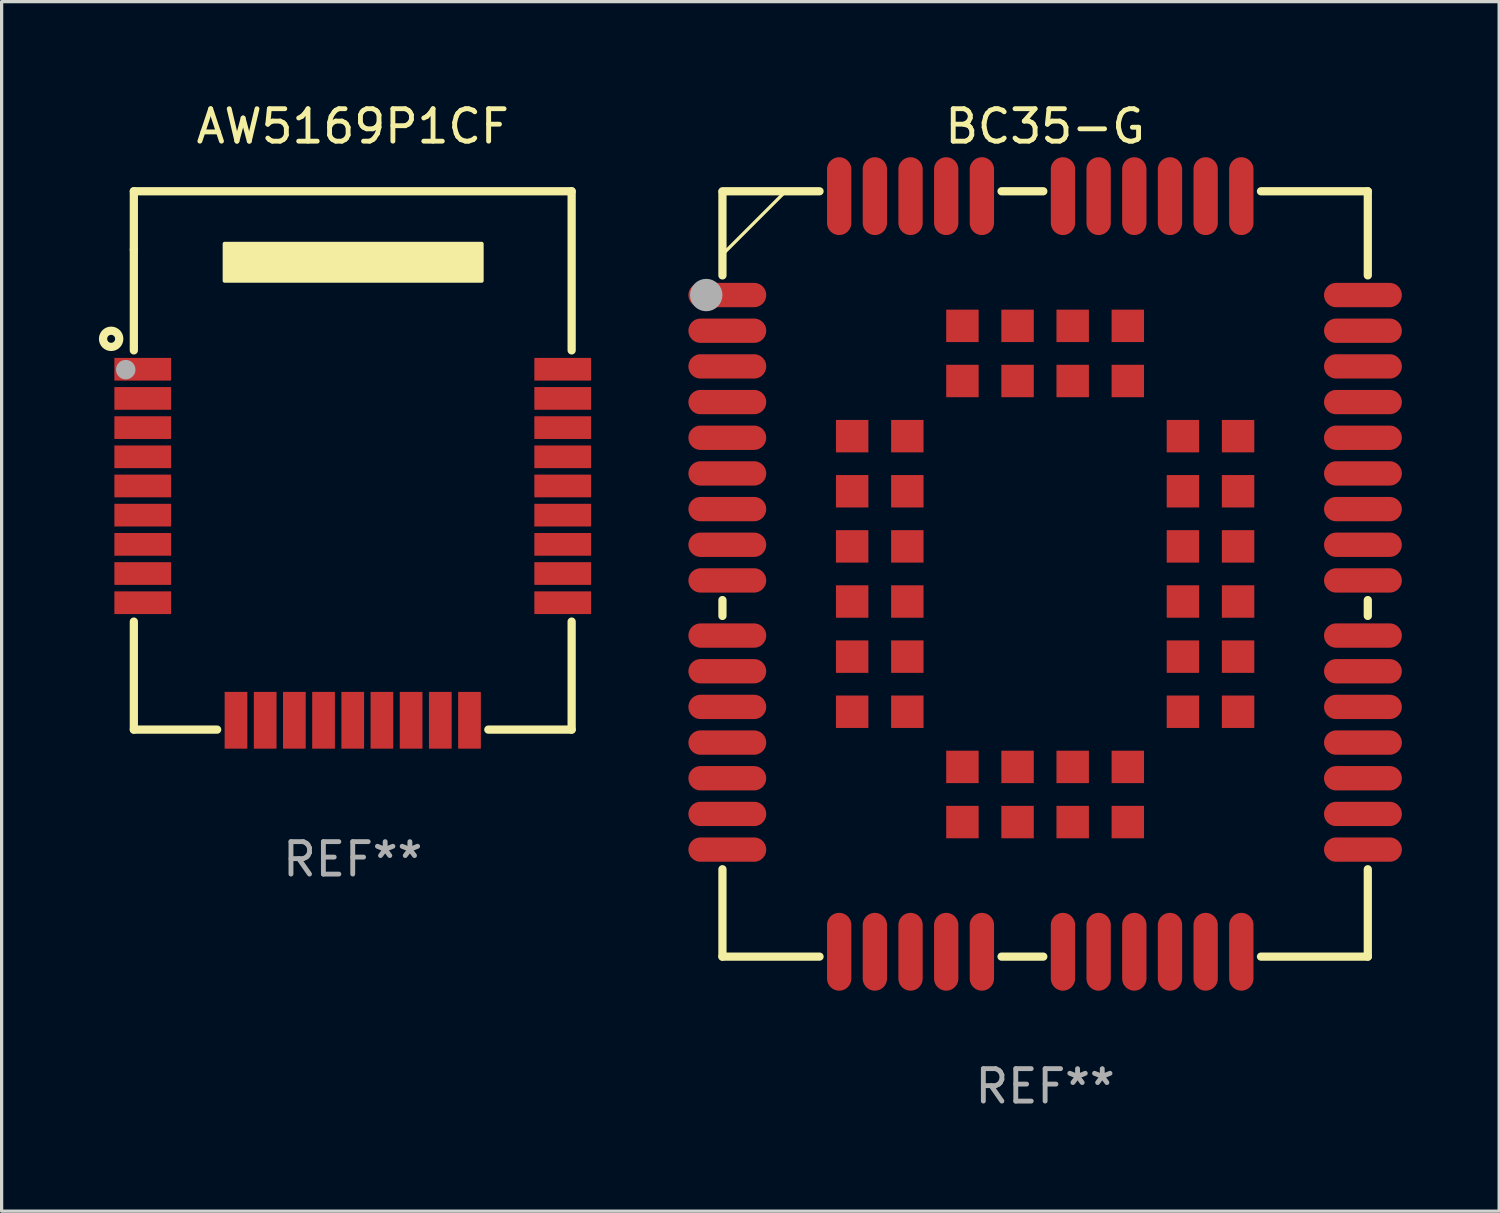
<source format=kicad_pcb>
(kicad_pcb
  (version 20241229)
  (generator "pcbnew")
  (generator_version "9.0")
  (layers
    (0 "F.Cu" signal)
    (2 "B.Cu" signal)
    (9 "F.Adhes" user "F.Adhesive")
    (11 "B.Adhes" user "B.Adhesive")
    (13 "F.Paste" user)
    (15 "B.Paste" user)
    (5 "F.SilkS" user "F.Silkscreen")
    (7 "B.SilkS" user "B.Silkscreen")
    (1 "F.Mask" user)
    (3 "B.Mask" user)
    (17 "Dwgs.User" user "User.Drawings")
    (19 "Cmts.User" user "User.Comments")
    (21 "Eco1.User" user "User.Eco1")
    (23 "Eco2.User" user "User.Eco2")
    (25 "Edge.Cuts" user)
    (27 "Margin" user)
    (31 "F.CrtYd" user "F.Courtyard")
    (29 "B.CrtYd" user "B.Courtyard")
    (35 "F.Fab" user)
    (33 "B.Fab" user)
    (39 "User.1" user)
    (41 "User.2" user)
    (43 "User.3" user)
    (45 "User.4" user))
  (footprint "AW5169P1CF"
    (layer "F.Cu")
    (at 7.827 11.148)
    (property "Reference" "AW5169P1CF" (at 0 -10.3 0) (layer "F.SilkS") (effects (font (size 1 1) (thickness 0.15))))
    (attr through_hole)
    (fp_line (start -6.75 -8.3) (end 6.75 -8.3) (stroke (width 0.254) (type solid)) (layer "F.SilkS"))
    (fp_line (start -6.75 -6.5) (end -6.75 -8.3) (stroke (width 0.254) (type solid)) (layer "F.SilkS"))
    (fp_line (start -6.75 -6.5) (end -6.75 -3.394) (stroke (width 0.254) (type solid)) (layer "F.SilkS"))
    (fp_line (start -6.75 4.969) (end -6.75 8.3) (stroke (width 0.254) (type solid)) (layer "F.SilkS"))
    (fp_line (start -4.181 8.3) (end -6.75 8.3) (stroke (width 0.254) (type solid)) (layer "F.SilkS"))
    (fp_line (start 6.75 -8.3) (end 6.75 -3.394) (stroke (width 0.254) (type solid)) (layer "F.SilkS"))
    (fp_line (start 6.75 4.969) (end 6.75 8.3) (stroke (width 0.254) (type solid)) (layer "F.SilkS"))
    (fp_line (start 6.75 8.3) (end 4.181 8.3) (stroke (width 0.254) (type solid)) (layer "F.SilkS"))
    (fp_circle (center -7.45 -3.75) (end -7.2 -3.75) (stroke (width 0.254) (type solid)) (fill no) (layer "F.SilkS"))
    (fp_circle (center -6.75 -8.313) (end -6.72 -8.313) (stroke (width 0.06) (type solid)) (fill no) (layer "F.SilkS"))
    (fp_circle (center -3.25 -6.1) (end -2.981 -6.1) (stroke (width 0.254) (type solid)) (fill no) (layer "F.SilkS"))
    (fp_poly (pts (xy -3.951 -6.682) (xy 3.977 -6.682) (xy 3.977 -5.539) (xy -3.951 -5.539)) (stroke (width 0.12) (type solid)) (fill yes) (layer "F.SilkS"))
    (fp_circle (center -7 -2.8) (end -6.85 -2.8) (stroke (width 0.3) (type solid)) (fill no) (layer "F.Fab"))
    (fp_text user "REF**" (at 0 12.3 0) (layer "F.Fab") (effects (font (size 1 1) (thickness 0.15))))
    (pad "1" smd rect (at -6.475 -2.812) (size 1.75 0.7) (layers "F.Cu" "F.Mask" "F.Paste"))
    (pad "2" smd rect (at -6.475 -1.913) (size 1.75 0.7) (layers "F.Cu" "F.Mask" "F.Paste"))
    (pad "3" smd rect (at -6.475 -1.012) (size 1.75 0.7) (layers "F.Cu" "F.Mask" "F.Paste"))
    (pad "4" smd rect (at -6.475 -0.112) (size 1.75 0.7) (layers "F.Cu" "F.Mask" "F.Paste"))
    (pad "5" smd rect (at -6.475 0.787) (size 1.75 0.7) (layers "F.Cu" "F.Mask" "F.Paste"))
    (pad "6" smd rect (at -6.475 1.687) (size 1.75 0.7) (layers "F.Cu" "F.Mask" "F.Paste"))
    (pad "7" smd rect (at -6.475 2.588) (size 1.75 0.7) (layers "F.Cu" "F.Mask" "F.Paste"))
    (pad "8" smd rect (at -6.475 3.487) (size 1.75 0.7) (layers "F.Cu" "F.Mask" "F.Paste"))
    (pad "9" smd rect (at -6.475 4.387) (size 1.75 0.7) (layers "F.Cu" "F.Mask" "F.Paste"))
    (pad "10" smd rect (at -3.6 8.012 90) (size 1.75 0.7) (layers "F.Cu" "F.Mask" "F.Paste"))
    (pad "11" smd rect (at -2.7 8.012 90) (size 1.75 0.7) (layers "F.Cu" "F.Mask" "F.Paste"))
    (pad "12" smd rect (at -1.8 8.012 90) (size 1.75 0.7) (layers "F.Cu" "F.Mask" "F.Paste"))
    (pad "13" smd rect (at -0.9 8.012 90) (size 1.75 0.7) (layers "F.Cu" "F.Mask" "F.Paste"))
    (pad "14" smd rect (at 0 8.012 90) (size 1.75 0.7) (layers "F.Cu" "F.Mask" "F.Paste"))
    (pad "15" smd rect (at 0.9 8.012 90) (size 1.75 0.7) (layers "F.Cu" "F.Mask" "F.Paste"))
    (pad "16" smd rect (at 1.8 8.012 90) (size 1.75 0.7) (layers "F.Cu" "F.Mask" "F.Paste"))
    (pad "17" smd rect (at 2.7 8.012 90) (size 1.75 0.7) (layers "F.Cu" "F.Mask" "F.Paste"))
    (pad "18" smd rect (at 3.6 8.012 90) (size 1.75 0.7) (layers "F.Cu" "F.Mask" "F.Paste"))
    (pad "19" smd rect (at 6.475 4.387 180) (size 1.75 0.7) (layers "F.Cu" "F.Mask" "F.Paste"))
    (pad "20" smd rect (at 6.475 3.487 180) (size 1.75 0.7) (layers "F.Cu" "F.Mask" "F.Paste"))
    (pad "21" smd rect (at 6.475 2.588 180) (size 1.75 0.7) (layers "F.Cu" "F.Mask" "F.Paste"))
    (pad "22" smd rect (at 6.475 1.687 180) (size 1.75 0.7) (layers "F.Cu" "F.Mask" "F.Paste"))
    (pad "23" smd rect (at 6.475 0.787 180) (size 1.75 0.7) (layers "F.Cu" "F.Mask" "F.Paste"))
    (pad "24" smd rect (at 6.475 -0.112 180) (size 1.75 0.7) (layers "F.Cu" "F.Mask" "F.Paste"))
    (pad "25" smd rect (at 6.475 -1.012 180) (size 1.75 0.7) (layers "F.Cu" "F.Mask" "F.Paste"))
    (pad "26" smd rect (at 6.475 -1.913 180) (size 1.75 0.7) (layers "F.Cu" "F.Mask" "F.Paste"))
    (pad "27" smd rect (at 6.475 -2.812 180) (size 1.75 0.7) (layers "F.Cu" "F.Mask" "F.Paste")))
  (footprint "BC35-G"
    (layer "F.Cu")
    (at 29.177 14.648)
    (property "Reference" "BC35-G" (at 0 -13.8 0) (layer "F.SilkS") (effects (font (size 1 1) (thickness 0.15))))
    (attr through_hole)
    (fp_line (start -9.95 -9.206) (end -9.95 -11.775) (stroke (width 0.254) (type solid)) (layer "F.SilkS"))
    (fp_line (start -9.95 1.294) (end -9.95 0.806) (stroke (width 0.254) (type solid)) (layer "F.SilkS"))
    (fp_line (start -9.95 11.8) (end -9.95 9.106) (stroke (width 0.254) (type solid)) (layer "F.SilkS"))
    (fp_line (start -9.95 -11.775) (end -8.026 -11.775) (stroke (width 0.1) (type solid)) (layer "F.SilkS"))
    (fp_line (start -9.95 -9.851) (end -8.001 -11.8) (stroke (width 0.1) (type solid)) (layer "F.SilkS"))
    (fp_line (start -9.95 -9.85) (end -9.95 -11.775) (stroke (width 0.1) (type solid)) (layer "F.SilkS"))
    (fp_line (start -6.956 -11.8) (end -9.95 -11.8) (stroke (width 0.254) (type solid)) (layer "F.SilkS"))
    (fp_line (start -6.956 11.8) (end -9.95 11.8) (stroke (width 0.254) (type solid)) (layer "F.SilkS"))
    (fp_line (start -0.056 -11.8) (end -1.344 -11.8) (stroke (width 0.254) (type solid)) (layer "F.SilkS"))
    (fp_line (start -0.056 11.8) (end -1.344 11.8) (stroke (width 0.254) (type solid)) (layer "F.SilkS"))
    (fp_line (start 9.95 -11.8) (end 6.656 -11.8) (stroke (width 0.254) (type solid)) (layer "F.SilkS"))
    (fp_line (start 9.95 -11.8) (end 9.95 -9.206) (stroke (width 0.254) (type solid)) (layer "F.SilkS"))
    (fp_line (start 9.95 0.806) (end 9.95 1.294) (stroke (width 0.254) (type solid)) (layer "F.SilkS"))
    (fp_line (start 9.95 9.106) (end 9.95 11.8) (stroke (width 0.254) (type solid)) (layer "F.SilkS"))
    (fp_line (start 9.95 11.8) (end 6.656 11.8) (stroke (width 0.254) (type solid)) (layer "F.SilkS"))
    (fp_circle (center -9.95 -11.8) (end -9.92 -11.8) (stroke (width 0.06) (type solid)) (fill no) (layer "F.SilkS"))
    (fp_circle (center -10.45 -8.6) (end -10.2 -8.6) (stroke (width 0.5) (type solid)) (fill no) (layer "F.Fab"))
    (fp_text user "REF**" (at 0 15.8 0) (layer "F.Fab") (effects (font (size 1 1) (thickness 0.15))))
    (pad "1" smd oval (at -9.8 -8.6) (size 2.4 0.75) (layers "F.Cu" "F.Mask" "F.Paste"))
    (pad "2" smd oval (at -9.8 -7.5) (size 2.4 0.75) (layers "F.Cu" "F.Mask" "F.Paste"))
    (pad "3" smd oval (at -9.8 -6.4) (size 2.4 0.75) (layers "F.Cu" "F.Mask" "F.Paste"))
    (pad "4" smd oval (at -9.8 -5.3) (size 2.4 0.75) (layers "F.Cu" "F.Mask" "F.Paste"))
    (pad "5" smd oval (at -9.8 -4.2) (size 2.4 0.75) (layers "F.Cu" "F.Mask" "F.Paste"))
    (pad "6" smd oval (at -9.8 -3.1) (size 2.4 0.75) (layers "F.Cu" "F.Mask" "F.Paste"))
    (pad "7" smd oval (at -9.8 -2) (size 2.4 0.75) (layers "F.Cu" "F.Mask" "F.Paste"))
    (pad "8" smd oval (at -9.8 -0.9) (size 2.4 0.75) (layers "F.Cu" "F.Mask" "F.Paste"))
    (pad "9" smd oval (at -9.8 0.2) (size 2.4 0.75) (layers "F.Cu" "F.Mask" "F.Paste"))
    (pad "10" smd oval (at -9.8 1.9) (size 2.4 0.75) (layers "F.Cu" "F.Mask" "F.Paste"))
    (pad "11" smd oval (at -9.8 3) (size 2.4 0.75) (layers "F.Cu" "F.Mask" "F.Paste"))
    (pad "12" smd oval (at -9.8 4.1) (size 2.4 0.75) (layers "F.Cu" "F.Mask" "F.Paste"))
    (pad "13" smd oval (at -9.8 5.2) (size 2.4 0.75) (layers "F.Cu" "F.Mask" "F.Paste"))
    (pad "14" smd oval (at -9.8 6.3) (size 2.4 0.75) (layers "F.Cu" "F.Mask" "F.Paste"))
    (pad "15" smd oval (at -9.8 7.4) (size 2.4 0.75) (layers "F.Cu" "F.Mask" "F.Paste"))
    (pad "16" smd oval (at -9.8 8.5) (size 2.4 0.75) (layers "F.Cu" "F.Mask" "F.Paste"))
    (pad "17" smd oval (at -6.35 11.65 90) (size 2.4 0.75) (layers "F.Cu" "F.Mask" "F.Paste"))
    (pad "18" smd oval (at -5.25 11.65 90) (size 2.4 0.75) (layers "F.Cu" "F.Mask" "F.Paste"))
    (pad "19" smd oval (at -4.15 11.65 90) (size 2.4 0.75) (layers "F.Cu" "F.Mask" "F.Paste"))
    (pad "20" smd oval (at -3.05 11.65 90) (size 2.4 0.75) (layers "F.Cu" "F.Mask" "F.Paste"))
    (pad "21" smd oval (at -1.95 11.65 90) (size 2.4 0.75) (layers "F.Cu" "F.Mask" "F.Paste"))
    (pad "22" smd oval (at 0.55 11.65 90) (size 2.4 0.75) (layers "F.Cu" "F.Mask" "F.Paste"))
    (pad "23" smd oval (at 1.65 11.65 90) (size 2.4 0.75) (layers "F.Cu" "F.Mask" "F.Paste"))
    (pad "24" smd oval (at 2.75 11.65 90) (size 2.4 0.75) (layers "F.Cu" "F.Mask" "F.Paste"))
    (pad "25" smd oval (at 3.85 11.65 90) (size 2.4 0.75) (layers "F.Cu" "F.Mask" "F.Paste"))
    (pad "26" smd oval (at 4.95 11.65 90) (size 2.4 0.75) (layers "F.Cu" "F.Mask" "F.Paste"))
    (pad "27" smd oval (at 6.05 11.65 90) (size 2.4 0.75) (layers "F.Cu" "F.Mask" "F.Paste"))
    (pad "28" smd oval (at 9.8 8.5) (size 2.4 0.75) (layers "F.Cu" "F.Mask" "F.Paste"))
    (pad "29" smd oval (at 9.8 7.4) (size 2.4 0.75) (layers "F.Cu" "F.Mask" "F.Paste"))
    (pad "30" smd oval (at 9.8 6.3) (size 2.4 0.75) (layers "F.Cu" "F.Mask" "F.Paste"))
    (pad "31" smd oval (at 9.8 5.2) (size 2.4 0.75) (layers "F.Cu" "F.Mask" "F.Paste"))
    (pad "32" smd oval (at 9.8 4.1) (size 2.4 0.75) (layers "F.Cu" "F.Mask" "F.Paste"))
    (pad "33" smd oval (at 9.8 3) (size 2.4 0.75) (layers "F.Cu" "F.Mask" "F.Paste"))
    (pad "34" smd oval (at 9.8 1.9) (size 2.4 0.75) (layers "F.Cu" "F.Mask" "F.Paste"))
    (pad "35" smd oval (at 9.8 0.2) (size 2.4 0.75) (layers "F.Cu" "F.Mask" "F.Paste"))
    (pad "36" smd oval (at 9.8 -0.9) (size 2.4 0.75) (layers "F.Cu" "F.Mask" "F.Paste"))
    (pad "37" smd oval (at 9.8 -2) (size 2.4 0.75) (layers "F.Cu" "F.Mask" "F.Paste"))
    (pad "38" smd oval (at 9.8 -3.1) (size 2.4 0.75) (layers "F.Cu" "F.Mask" "F.Paste"))
    (pad "39" smd oval (at 9.8 -4.2) (size 2.4 0.75) (layers "F.Cu" "F.Mask" "F.Paste"))
    (pad "40" smd oval (at 9.8 -5.3) (size 2.4 0.75) (layers "F.Cu" "F.Mask" "F.Paste"))
    (pad "41" smd oval (at 9.8 -6.4) (size 2.4 0.75) (layers "F.Cu" "F.Mask" "F.Paste"))
    (pad "42" smd oval (at 9.8 -7.5) (size 2.4 0.75) (layers "F.Cu" "F.Mask" "F.Paste"))
    (pad "43" smd oval (at 9.8 -8.6) (size 2.4 0.75) (layers "F.Cu" "F.Mask" "F.Paste"))
    (pad "44" smd oval (at 6.05 -11.65 90) (size 2.4 0.75) (layers "F.Cu" "F.Mask" "F.Paste"))
    (pad "45" smd oval (at 4.95 -11.65 90) (size 2.4 0.75) (layers "F.Cu" "F.Mask" "F.Paste"))
    (pad "46" smd oval (at 3.85 -11.65 90) (size 2.4 0.75) (layers "F.Cu" "F.Mask" "F.Paste"))
    (pad "47" smd oval (at 2.75 -11.65 90) (size 2.4 0.75) (layers "F.Cu" "F.Mask" "F.Paste"))
    (pad "48" smd oval (at 1.65 -11.65 90) (size 2.4 0.75) (layers "F.Cu" "F.Mask" "F.Paste"))
    (pad "49" smd oval (at 0.55 -11.65 90) (size 2.4 0.75) (layers "F.Cu" "F.Mask" "F.Paste"))
    (pad "50" smd oval (at -1.95 -11.65 90) (size 2.4 0.75) (layers "F.Cu" "F.Mask" "F.Paste"))
    (pad "51" smd oval (at -3.05 -11.65 90) (size 2.4 0.75) (layers "F.Cu" "F.Mask" "F.Paste"))
    (pad "52" smd oval (at -4.15 -11.65 90) (size 2.4 0.75) (layers "F.Cu" "F.Mask" "F.Paste"))
    (pad "53" smd oval (at -5.25 -11.65 90) (size 2.4 0.75) (layers "F.Cu" "F.Mask" "F.Paste"))
    (pad "54" smd oval (at -6.35 -11.65 90) (size 2.4 0.75) (layers "F.Cu" "F.Mask" "F.Paste"))
    (pad "55" smd rect (at -5.95 -4.249) (size 1 1) (layers "F.Cu" "F.Mask" "F.Paste"))
    (pad "56" smd rect (at -5.95 -2.55) (size 1 1) (layers "F.Cu" "F.Mask" "F.Paste"))
    (pad "57" smd rect (at -5.95 -0.85) (size 1 1) (layers "F.Cu" "F.Mask" "F.Paste"))
    (pad "58" smd rect (at -5.95 0.85) (size 1 1) (layers "F.Cu" "F.Mask" "F.Paste"))
    (pad "59" smd rect (at -5.95 2.55) (size 1 1) (layers "F.Cu" "F.Mask" "F.Paste"))
    (pad "60" smd rect (at -5.95 4.249) (size 1 1) (layers "F.Cu" "F.Mask" "F.Paste"))
    (pad "61" smd rect (at -2.55 7.651) (size 1 1) (layers "F.Cu" "F.Mask" "F.Paste"))
    (pad "62" smd rect (at -0.85 7.651) (size 1 1) (layers "F.Cu" "F.Mask" "F.Paste"))
    (pad "63" smd rect (at 0.85 7.651) (size 1 1) (layers "F.Cu" "F.Mask" "F.Paste"))
    (pad "64" smd rect (at 2.55 7.651) (size 1 1) (layers "F.Cu" "F.Mask" "F.Paste"))
    (pad "65" smd rect (at 5.95 4.249) (size 1 1) (layers "F.Cu" "F.Mask" "F.Paste"))
    (pad "66" smd rect (at 5.95 2.55) (size 1 1) (layers "F.Cu" "F.Mask" "F.Paste"))
    (pad "67" smd rect (at 5.95 0.85) (size 1 1) (layers "F.Cu" "F.Mask" "F.Paste"))
    (pad "68" smd rect (at 5.95 -0.85) (size 1 1) (layers "F.Cu" "F.Mask" "F.Paste"))
    (pad "69" smd rect (at 5.95 -2.55) (size 1 1) (layers "F.Cu" "F.Mask" "F.Paste"))
    (pad "70" smd rect (at 5.95 -4.249) (size 1 1) (layers "F.Cu" "F.Mask" "F.Paste"))
    (pad "71" smd rect (at 2.55 -7.65) (size 1 1) (layers "F.Cu" "F.Mask" "F.Paste"))
    (pad "72" smd rect (at 0.85 -7.65) (size 1 1) (layers "F.Cu" "F.Mask" "F.Paste"))
    (pad "73" smd rect (at -0.85 -7.65) (size 1 1) (layers "F.Cu" "F.Mask" "F.Paste"))
    (pad "74" smd rect (at -2.55 -7.65) (size 1 1) (layers "F.Cu" "F.Mask" "F.Paste"))
    (pad "75" smd rect (at -4.249 -4.249) (size 1 1) (layers "F.Cu" "F.Mask" "F.Paste"))
    (pad "76" smd rect (at -4.249 -2.55) (size 1 1) (layers "F.Cu" "F.Mask" "F.Paste"))
    (pad "77" smd rect (at -4.249 -0.85) (size 1 1) (layers "F.Cu" "F.Mask" "F.Paste"))
    (pad "78" smd rect (at -4.249 0.85) (size 1 1) (layers "F.Cu" "F.Mask" "F.Paste"))
    (pad "79" smd rect (at -4.249 2.55) (size 1 1) (layers "F.Cu" "F.Mask" "F.Paste"))
    (pad "80" smd rect (at -4.249 4.249) (size 1 1) (layers "F.Cu" "F.Mask" "F.Paste"))
    (pad "81" smd rect (at -2.55 5.95) (size 1 1) (layers "F.Cu" "F.Mask" "F.Paste"))
    (pad "82" smd rect (at -0.85 5.95) (size 1 1) (layers "F.Cu" "F.Mask" "F.Paste"))
    (pad "83" smd rect (at 0.85 5.95) (size 1 1) (layers "F.Cu" "F.Mask" "F.Paste"))
    (pad "84" smd rect (at 2.55 5.95) (size 1 1) (layers "F.Cu" "F.Mask" "F.Paste"))
    (pad "85" smd rect (at 4.249 4.249) (size 1 1) (layers "F.Cu" "F.Mask" "F.Paste"))
    (pad "86" smd rect (at 4.249 2.55) (size 1 1) (layers "F.Cu" "F.Mask" "F.Paste"))
    (pad "87" smd rect (at 4.249 0.85) (size 1 1) (layers "F.Cu" "F.Mask" "F.Paste"))
    (pad "88" smd rect (at 4.249 -0.85) (size 1 1) (layers "F.Cu" "F.Mask" "F.Paste"))
    (pad "89" smd rect (at 4.249 -2.55) (size 1 1) (layers "F.Cu" "F.Mask" "F.Paste"))
    (pad "90" smd rect (at 4.249 -4.249) (size 1 1) (layers "F.Cu" "F.Mask" "F.Paste"))
    (pad "91" smd rect (at 2.55 -5.95) (size 1 1) (layers "F.Cu" "F.Mask" "F.Paste"))
    (pad "92" smd rect (at 0.85 -5.95) (size 1 1) (layers "F.Cu" "F.Mask" "F.Paste"))
    (pad "93" smd rect (at -0.85 -5.95) (size 1 1) (layers "F.Cu" "F.Mask" "F.Paste"))
    (pad "94" smd rect (at -2.55 -5.95) (size 1 1) (layers "F.Cu" "F.Mask" "F.Paste")))
  (gr_rect
    (start -3 -3)
    (end 43.177 34.297)
    (stroke (width 0.1) (type default))
    (fill no)
    (layer "Edge.Cuts")))
</source>
